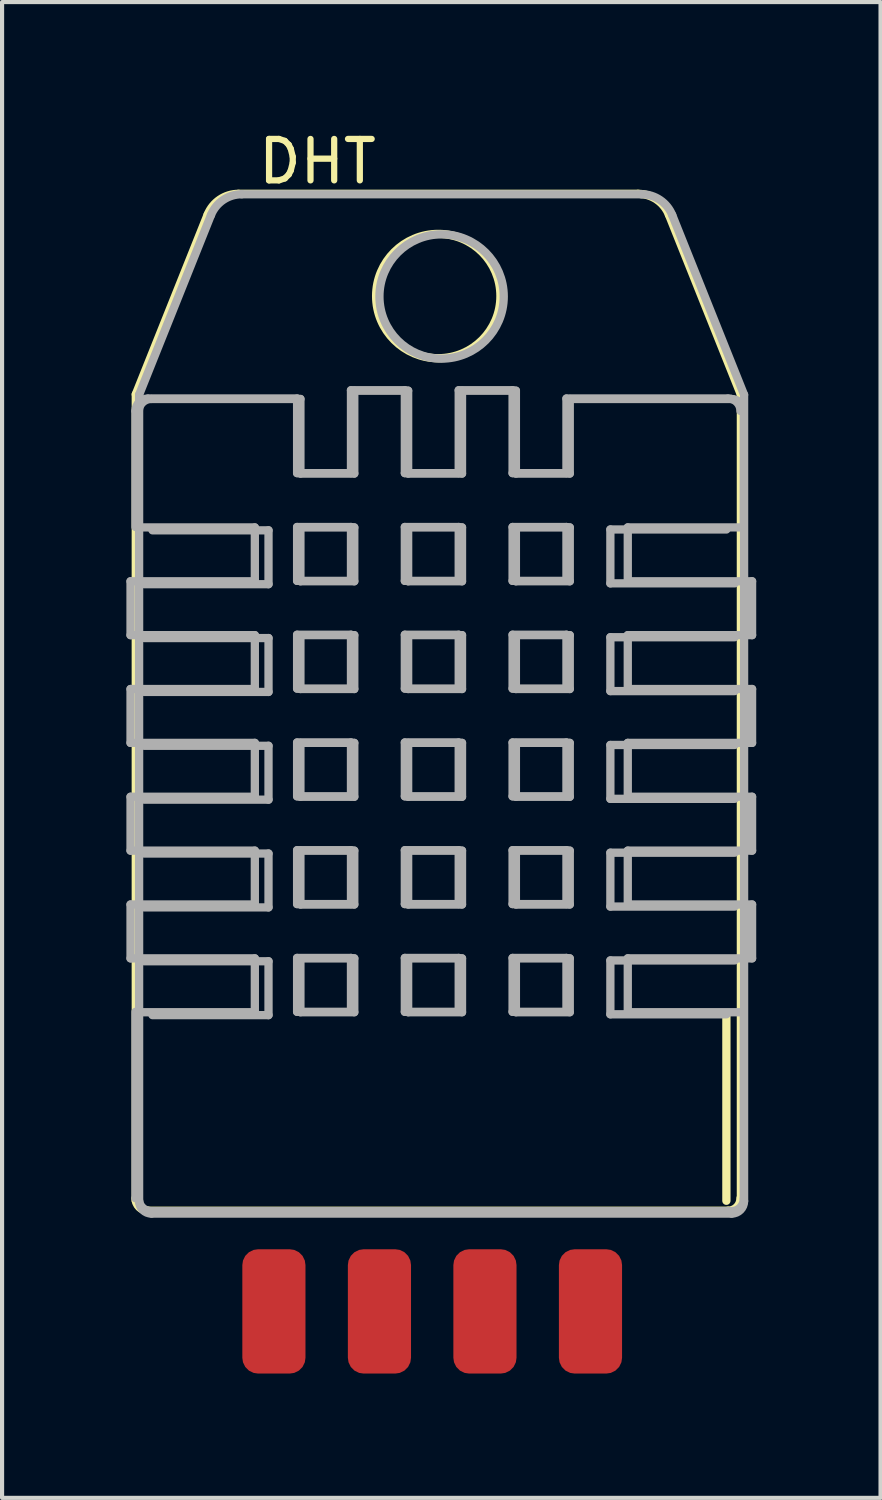
<source format=kicad_pcb>
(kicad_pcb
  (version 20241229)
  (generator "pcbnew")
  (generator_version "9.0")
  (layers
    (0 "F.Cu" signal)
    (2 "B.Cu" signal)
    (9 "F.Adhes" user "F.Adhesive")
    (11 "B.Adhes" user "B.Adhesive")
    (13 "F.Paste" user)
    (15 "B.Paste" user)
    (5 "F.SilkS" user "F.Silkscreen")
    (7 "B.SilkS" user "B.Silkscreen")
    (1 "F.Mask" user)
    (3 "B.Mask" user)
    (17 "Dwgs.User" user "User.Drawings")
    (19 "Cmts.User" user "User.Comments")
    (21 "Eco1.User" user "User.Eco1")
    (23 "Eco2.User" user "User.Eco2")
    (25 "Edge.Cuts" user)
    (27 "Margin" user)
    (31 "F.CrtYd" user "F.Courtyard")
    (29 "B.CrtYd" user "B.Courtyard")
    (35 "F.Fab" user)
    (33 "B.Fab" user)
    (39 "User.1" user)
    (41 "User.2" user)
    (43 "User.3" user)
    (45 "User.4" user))
  (footprint "DHT"
    (layer "F.Cu")
    (at 7.51 26.358)
    (property "Reference" "DHT" (at -2.9 -25.51 0) (layer "F.SilkS") (effects (font (size 1 1) (thickness 0.15))))
    (attr through_hole)
    (fp_line (start -7.283 -19.891) (end -7.283 -0.43) (stroke (width 0.2) (type solid)) (layer "F.SilkS"))
    (fp_line (start -6.99 -0.19) (end 7.01 -0.19) (stroke (width 0.2) (type solid)) (layer "F.SilkS"))
    (fp_line (start -5.549 -24.227) (end -7.283 -19.891) (stroke (width 0.2) (type solid)) (layer "F.SilkS"))
    (fp_line (start 4.84 -24.73) (end -4.806 -24.73) (stroke (width 0.2) (type solid)) (layer "F.SilkS"))
    (fp_line (start 6.97 -0.43) (end 6.97 -4.93) (stroke (width 0.2) (type solid)) (layer "F.SilkS"))
    (fp_line (start 7.317 -19.891) (end 5.583 -24.227) (stroke (width 0.2) (type solid)) (layer "F.SilkS"))
    (fp_line (start 7.32 -0.46) (end 7.32 -19.921) (stroke (width 0.2) (type solid)) (layer "F.SilkS"))
    (fp_arc (start -6.989999 -0.190002) (mid -7.202131 -0.27787) (end -7.289999 -0.490002) (stroke (width 0.2) (type solid)) (layer "F.SilkS"))
    (fp_arc (start -5.548724 -24.227094) (mid -5.254446 -24.592449) (end -4.805934 -24.73) (stroke (width 0.2) (type solid)) (layer "F.SilkS"))
    (fp_arc (start 4.83998 -24.729999) (mid 5.288495 -24.592459) (end 5.582781 -24.227112) (stroke (width 0.2) (type solid)) (layer "F.SilkS"))
    (fp_arc (start 7.309999 -0.490001) (mid 7.222131 -0.277869) (end 7.009999 -0.190001) (stroke (width 0.2) (type solid)) (layer "F.SilkS"))
    (fp_circle (center 0.017 -22.263) (end 1.517 -22.263) (stroke (width 0.2) (type solid)) (fill no) (layer "F.SilkS"))
    (fp_line (start -7.41 -15.38) (end -7.41 -14.08) (stroke (width 0.2) (type solid)) (layer "F.Fab"))
    (fp_line (start -7.41 -14.08) (end -4.41 -14.08) (stroke (width 0.2) (type solid)) (layer "F.Fab"))
    (fp_line (start -7.41 -12.78) (end -7.41 -11.48) (stroke (width 0.2) (type solid)) (layer "F.Fab"))
    (fp_line (start -7.41 -11.48) (end -4.41 -11.48) (stroke (width 0.2) (type solid)) (layer "F.Fab"))
    (fp_line (start -7.41 -10.18) (end -7.41 -8.88) (stroke (width 0.2) (type solid)) (layer "F.Fab"))
    (fp_line (start -7.41 -8.88) (end -4.41 -8.88) (stroke (width 0.2) (type solid)) (layer "F.Fab"))
    (fp_line (start -7.41 -7.58) (end -7.41 -6.28) (stroke (width 0.2) (type solid)) (layer "F.Fab"))
    (fp_line (start -7.41 -6.28) (end -4.41 -6.28) (stroke (width 0.2) (type solid)) (layer "F.Fab"))
    (fp_line (start -7.29 -19.49) (end -7.29 -16.69) (stroke (width 0.2) (type solid)) (layer "F.Fab"))
    (fp_line (start -7.29 -4.99) (end -7.29 -0.49) (stroke (width 0.2) (type solid)) (layer "F.Fab"))
    (fp_line (start -7.21 -19.48) (end -7.21 -16.68) (stroke (width 0.2) (type solid)) (layer "F.Fab"))
    (fp_line (start -7.21 -16.68) (end -4.41 -16.68) (stroke (width 0.2) (type solid)) (layer "F.Fab"))
    (fp_line (start -7.21 -4.98) (end -7.21 -0.48) (stroke (width 0.2) (type solid)) (layer "F.Fab"))
    (fp_line (start -7.203 -19.881) (end -7.203 -0.42) (stroke (width 0.2) (type solid)) (layer "F.Fab"))
    (fp_line (start -7.08 -14.01) (end -4.08 -14.01) (stroke (width 0.2) (type solid)) (layer "F.Fab"))
    (fp_line (start -7.08 -11.41) (end -4.08 -11.41) (stroke (width 0.2) (type solid)) (layer "F.Fab"))
    (fp_line (start -7.08 -8.81) (end -4.08 -8.81) (stroke (width 0.2) (type solid)) (layer "F.Fab"))
    (fp_line (start -7.08 -6.21) (end -4.08 -6.21) (stroke (width 0.2) (type solid)) (layer "F.Fab"))
    (fp_line (start -6.91 -0.18) (end 7.09 -0.18) (stroke (width 0.2) (type solid)) (layer "F.Fab"))
    (fp_line (start -6.903 -0.12) (end 7.097 -0.12) (stroke (width 0.2) (type solid)) (layer "F.Fab"))
    (fp_line (start -6.88 -16.61) (end -4.08 -16.61) (stroke (width 0.2) (type solid)) (layer "F.Fab"))
    (fp_line (start -5.469 -24.217) (end -7.203 -19.881) (stroke (width 0.2) (type solid)) (layer "F.Fab"))
    (fp_line (start -4.41 -16.68) (end -4.41 -15.38) (stroke (width 0.2) (type solid)) (layer "F.Fab"))
    (fp_line (start -4.41 -15.38) (end -7.41 -15.38) (stroke (width 0.2) (type solid)) (layer "F.Fab"))
    (fp_line (start -4.41 -14.08) (end -4.41 -12.78) (stroke (width 0.2) (type solid)) (layer "F.Fab"))
    (fp_line (start -4.41 -12.78) (end -7.41 -12.78) (stroke (width 0.2) (type solid)) (layer "F.Fab"))
    (fp_line (start -4.41 -11.48) (end -4.41 -10.18) (stroke (width 0.2) (type solid)) (layer "F.Fab"))
    (fp_line (start -4.41 -10.18) (end -7.41 -10.18) (stroke (width 0.2) (type solid)) (layer "F.Fab"))
    (fp_line (start -4.41 -8.88) (end -4.41 -7.58) (stroke (width 0.2) (type solid)) (layer "F.Fab"))
    (fp_line (start -4.41 -7.58) (end -7.41 -7.58) (stroke (width 0.2) (type solid)) (layer "F.Fab"))
    (fp_line (start -4.41 -6.28) (end -4.41 -4.98) (stroke (width 0.2) (type solid)) (layer "F.Fab"))
    (fp_line (start -4.41 -4.98) (end -7.21 -4.98) (stroke (width 0.2) (type solid)) (layer "F.Fab"))
    (fp_line (start -4.08 -16.61) (end -4.08 -15.31) (stroke (width 0.2) (type solid)) (layer "F.Fab"))
    (fp_line (start -4.08 -15.31) (end -7.08 -15.31) (stroke (width 0.2) (type solid)) (layer "F.Fab"))
    (fp_line (start -4.08 -14.01) (end -4.08 -12.71) (stroke (width 0.2) (type solid)) (layer "F.Fab"))
    (fp_line (start -4.08 -12.71) (end -7.08 -12.71) (stroke (width 0.2) (type solid)) (layer "F.Fab"))
    (fp_line (start -4.08 -11.41) (end -4.08 -10.11) (stroke (width 0.2) (type solid)) (layer "F.Fab"))
    (fp_line (start -4.08 -10.11) (end -7.08 -10.11) (stroke (width 0.2) (type solid)) (layer "F.Fab"))
    (fp_line (start -4.08 -8.81) (end -4.08 -7.51) (stroke (width 0.2) (type solid)) (layer "F.Fab"))
    (fp_line (start -4.08 -7.51) (end -7.08 -7.51) (stroke (width 0.2) (type solid)) (layer "F.Fab"))
    (fp_line (start -4.08 -6.21) (end -4.08 -4.91) (stroke (width 0.2) (type solid)) (layer "F.Fab"))
    (fp_line (start -4.08 -4.91) (end -6.88 -4.91) (stroke (width 0.2) (type solid)) (layer "F.Fab"))
    (fp_line (start -3.39 -19.79) (end -6.99 -19.79) (stroke (width 0.2) (type solid)) (layer "F.Fab"))
    (fp_line (start -3.39 -17.99) (end -3.39 -19.79) (stroke (width 0.2) (type solid)) (layer "F.Fab"))
    (fp_line (start -3.39 -16.69) (end -2.09 -16.69) (stroke (width 0.2) (type solid)) (layer "F.Fab"))
    (fp_line (start -3.39 -15.39) (end -3.39 -16.69) (stroke (width 0.2) (type solid)) (layer "F.Fab"))
    (fp_line (start -3.39 -14.09) (end -2.09 -14.09) (stroke (width 0.2) (type solid)) (layer "F.Fab"))
    (fp_line (start -3.39 -12.79) (end -3.39 -14.09) (stroke (width 0.2) (type solid)) (layer "F.Fab"))
    (fp_line (start -3.39 -11.49) (end -2.09 -11.49) (stroke (width 0.2) (type solid)) (layer "F.Fab"))
    (fp_line (start -3.39 -10.19) (end -3.39 -11.49) (stroke (width 0.2) (type solid)) (layer "F.Fab"))
    (fp_line (start -3.39 -8.89) (end -2.09 -8.89) (stroke (width 0.2) (type solid)) (layer "F.Fab"))
    (fp_line (start -3.39 -7.59) (end -3.39 -8.89) (stroke (width 0.2) (type solid)) (layer "F.Fab"))
    (fp_line (start -3.39 -6.29) (end -2.09 -6.29) (stroke (width 0.2) (type solid)) (layer "F.Fab"))
    (fp_line (start -3.39 -4.99) (end -3.39 -6.29) (stroke (width 0.2) (type solid)) (layer "F.Fab"))
    (fp_line (start -3.31 -19.78) (end -6.91 -19.78) (stroke (width 0.2) (type solid)) (layer "F.Fab"))
    (fp_line (start -3.31 -17.98) (end -3.31 -19.78) (stroke (width 0.2) (type solid)) (layer "F.Fab"))
    (fp_line (start -3.31 -16.68) (end -2.01 -16.68) (stroke (width 0.2) (type solid)) (layer "F.Fab"))
    (fp_line (start -3.31 -15.38) (end -3.31 -16.68) (stroke (width 0.2) (type solid)) (layer "F.Fab"))
    (fp_line (start -3.31 -14.08) (end -2.01 -14.08) (stroke (width 0.2) (type solid)) (layer "F.Fab"))
    (fp_line (start -3.31 -12.78) (end -3.31 -14.08) (stroke (width 0.2) (type solid)) (layer "F.Fab"))
    (fp_line (start -3.31 -11.48) (end -2.01 -11.48) (stroke (width 0.2) (type solid)) (layer "F.Fab"))
    (fp_line (start -3.31 -10.18) (end -3.31 -11.48) (stroke (width 0.2) (type solid)) (layer "F.Fab"))
    (fp_line (start -3.31 -8.88) (end -2.01 -8.88) (stroke (width 0.2) (type solid)) (layer "F.Fab"))
    (fp_line (start -3.31 -7.58) (end -3.31 -8.88) (stroke (width 0.2) (type solid)) (layer "F.Fab"))
    (fp_line (start -3.31 -6.28) (end -2.01 -6.28) (stroke (width 0.2) (type solid)) (layer "F.Fab"))
    (fp_line (start -3.31 -4.98) (end -3.31 -6.28) (stroke (width 0.2) (type solid)) (layer "F.Fab"))
    (fp_line (start -2.09 -19.99) (end -2.09 -17.99) (stroke (width 0.2) (type solid)) (layer "F.Fab"))
    (fp_line (start -2.09 -17.99) (end -3.39 -17.99) (stroke (width 0.2) (type solid)) (layer "F.Fab"))
    (fp_line (start -2.09 -16.69) (end -2.09 -15.39) (stroke (width 0.2) (type solid)) (layer "F.Fab"))
    (fp_line (start -2.09 -15.39) (end -3.39 -15.39) (stroke (width 0.2) (type solid)) (layer "F.Fab"))
    (fp_line (start -2.09 -14.09) (end -2.09 -12.79) (stroke (width 0.2) (type solid)) (layer "F.Fab"))
    (fp_line (start -2.09 -12.79) (end -3.39 -12.79) (stroke (width 0.2) (type solid)) (layer "F.Fab"))
    (fp_line (start -2.09 -11.49) (end -2.09 -10.19) (stroke (width 0.2) (type solid)) (layer "F.Fab"))
    (fp_line (start -2.09 -10.19) (end -3.39 -10.19) (stroke (width 0.2) (type solid)) (layer "F.Fab"))
    (fp_line (start -2.09 -8.89) (end -2.09 -7.59) (stroke (width 0.2) (type solid)) (layer "F.Fab"))
    (fp_line (start -2.09 -7.59) (end -3.39 -7.59) (stroke (width 0.2) (type solid)) (layer "F.Fab"))
    (fp_line (start -2.09 -6.29) (end -2.09 -4.99) (stroke (width 0.2) (type solid)) (layer "F.Fab"))
    (fp_line (start -2.09 -4.99) (end -3.39 -4.99) (stroke (width 0.2) (type solid)) (layer "F.Fab"))
    (fp_line (start -2.01 -19.98) (end -2.01 -17.98) (stroke (width 0.2) (type solid)) (layer "F.Fab"))
    (fp_line (start -2.01 -17.98) (end -3.31 -17.98) (stroke (width 0.2) (type solid)) (layer "F.Fab"))
    (fp_line (start -2.01 -16.68) (end -2.01 -15.38) (stroke (width 0.2) (type solid)) (layer "F.Fab"))
    (fp_line (start -2.01 -15.38) (end -3.31 -15.38) (stroke (width 0.2) (type solid)) (layer "F.Fab"))
    (fp_line (start -2.01 -14.08) (end -2.01 -12.78) (stroke (width 0.2) (type solid)) (layer "F.Fab"))
    (fp_line (start -2.01 -12.78) (end -3.31 -12.78) (stroke (width 0.2) (type solid)) (layer "F.Fab"))
    (fp_line (start -2.01 -11.48) (end -2.01 -10.18) (stroke (width 0.2) (type solid)) (layer "F.Fab"))
    (fp_line (start -2.01 -10.18) (end -3.31 -10.18) (stroke (width 0.2) (type solid)) (layer "F.Fab"))
    (fp_line (start -2.01 -8.88) (end -2.01 -7.58) (stroke (width 0.2) (type solid)) (layer "F.Fab"))
    (fp_line (start -2.01 -7.58) (end -3.31 -7.58) (stroke (width 0.2) (type solid)) (layer "F.Fab"))
    (fp_line (start -2.01 -6.28) (end -2.01 -4.98) (stroke (width 0.2) (type solid)) (layer "F.Fab"))
    (fp_line (start -2.01 -4.98) (end -3.31 -4.98) (stroke (width 0.2) (type solid)) (layer "F.Fab"))
    (fp_line (start -0.79 -19.99) (end -2.09 -19.99) (stroke (width 0.2) (type solid)) (layer "F.Fab"))
    (fp_line (start -0.79 -17.99) (end -0.79 -19.99) (stroke (width 0.2) (type solid)) (layer "F.Fab"))
    (fp_line (start -0.79 -16.69) (end 0.51 -16.69) (stroke (width 0.2) (type solid)) (layer "F.Fab"))
    (fp_line (start -0.79 -15.39) (end -0.79 -16.69) (stroke (width 0.2) (type solid)) (layer "F.Fab"))
    (fp_line (start -0.79 -14.09) (end 0.51 -14.09) (stroke (width 0.2) (type solid)) (layer "F.Fab"))
    (fp_line (start -0.79 -12.79) (end -0.79 -14.09) (stroke (width 0.2) (type solid)) (layer "F.Fab"))
    (fp_line (start -0.79 -11.49) (end 0.51 -11.49) (stroke (width 0.2) (type solid)) (layer "F.Fab"))
    (fp_line (start -0.79 -10.19) (end -0.79 -11.49) (stroke (width 0.2) (type solid)) (layer "F.Fab"))
    (fp_line (start -0.79 -8.89) (end 0.51 -8.89) (stroke (width 0.2) (type solid)) (layer "F.Fab"))
    (fp_line (start -0.79 -7.59) (end -0.79 -8.89) (stroke (width 0.2) (type solid)) (layer "F.Fab"))
    (fp_line (start -0.79 -6.29) (end 0.51 -6.29) (stroke (width 0.2) (type solid)) (layer "F.Fab"))
    (fp_line (start -0.79 -4.99) (end -0.79 -6.29) (stroke (width 0.2) (type solid)) (layer "F.Fab"))
    (fp_line (start -0.71 -19.98) (end -2.01 -19.98) (stroke (width 0.2) (type solid)) (layer "F.Fab"))
    (fp_line (start -0.71 -17.98) (end -0.71 -19.98) (stroke (width 0.2) (type solid)) (layer "F.Fab"))
    (fp_line (start -0.71 -16.68) (end 0.59 -16.68) (stroke (width 0.2) (type solid)) (layer "F.Fab"))
    (fp_line (start -0.71 -15.38) (end -0.71 -16.68) (stroke (width 0.2) (type solid)) (layer "F.Fab"))
    (fp_line (start -0.71 -14.08) (end 0.59 -14.08) (stroke (width 0.2) (type solid)) (layer "F.Fab"))
    (fp_line (start -0.71 -12.78) (end -0.71 -14.08) (stroke (width 0.2) (type solid)) (layer "F.Fab"))
    (fp_line (start -0.71 -11.48) (end 0.59 -11.48) (stroke (width 0.2) (type solid)) (layer "F.Fab"))
    (fp_line (start -0.71 -10.18) (end -0.71 -11.48) (stroke (width 0.2) (type solid)) (layer "F.Fab"))
    (fp_line (start -0.71 -8.88) (end 0.59 -8.88) (stroke (width 0.2) (type solid)) (layer "F.Fab"))
    (fp_line (start -0.71 -7.58) (end -0.71 -8.88) (stroke (width 0.2) (type solid)) (layer "F.Fab"))
    (fp_line (start -0.71 -6.28) (end 0.59 -6.28) (stroke (width 0.2) (type solid)) (layer "F.Fab"))
    (fp_line (start -0.71 -4.98) (end -0.71 -6.28) (stroke (width 0.2) (type solid)) (layer "F.Fab"))
    (fp_line (start 0.51 -17.99) (end -0.79 -17.99) (stroke (width 0.2) (type solid)) (layer "F.Fab"))
    (fp_line (start 0.51 -19.99) (end 0.51 -17.99) (stroke (width 0.2) (type solid)) (layer "F.Fab"))
    (fp_line (start 0.51 -16.69) (end 0.51 -15.39) (stroke (width 0.2) (type solid)) (layer "F.Fab"))
    (fp_line (start 0.51 -15.39) (end -0.79 -15.39) (stroke (width 0.2) (type solid)) (layer "F.Fab"))
    (fp_line (start 0.51 -14.09) (end 0.51 -12.79) (stroke (width 0.2) (type solid)) (layer "F.Fab"))
    (fp_line (start 0.51 -12.79) (end -0.79 -12.79) (stroke (width 0.2) (type solid)) (layer "F.Fab"))
    (fp_line (start 0.51 -11.49) (end 0.51 -10.19) (stroke (width 0.2) (type solid)) (layer "F.Fab"))
    (fp_line (start 0.51 -10.19) (end -0.79 -10.19) (stroke (width 0.2) (type solid)) (layer "F.Fab"))
    (fp_line (start 0.51 -8.89) (end 0.51 -7.59) (stroke (width 0.2) (type solid)) (layer "F.Fab"))
    (fp_line (start 0.51 -7.59) (end -0.79 -7.59) (stroke (width 0.2) (type solid)) (layer "F.Fab"))
    (fp_line (start 0.51 -6.29) (end 0.51 -4.99) (stroke (width 0.2) (type solid)) (layer "F.Fab"))
    (fp_line (start 0.51 -4.99) (end -0.79 -4.99) (stroke (width 0.2) (type solid)) (layer "F.Fab"))
    (fp_line (start 0.59 -17.98) (end -0.71 -17.98) (stroke (width 0.2) (type solid)) (layer "F.Fab"))
    (fp_line (start 0.59 -19.98) (end 0.59 -17.98) (stroke (width 0.2) (type solid)) (layer "F.Fab"))
    (fp_line (start 0.59 -16.68) (end 0.59 -15.38) (stroke (width 0.2) (type solid)) (layer "F.Fab"))
    (fp_line (start 0.59 -15.38) (end -0.71 -15.38) (stroke (width 0.2) (type solid)) (layer "F.Fab"))
    (fp_line (start 0.59 -14.08) (end 0.59 -12.78) (stroke (width 0.2) (type solid)) (layer "F.Fab"))
    (fp_line (start 0.59 -12.78) (end -0.71 -12.78) (stroke (width 0.2) (type solid)) (layer "F.Fab"))
    (fp_line (start 0.59 -11.48) (end 0.59 -10.18) (stroke (width 0.2) (type solid)) (layer "F.Fab"))
    (fp_line (start 0.59 -10.18) (end -0.71 -10.18) (stroke (width 0.2) (type solid)) (layer "F.Fab"))
    (fp_line (start 0.59 -8.88) (end 0.59 -7.58) (stroke (width 0.2) (type solid)) (layer "F.Fab"))
    (fp_line (start 0.59 -7.58) (end -0.71 -7.58) (stroke (width 0.2) (type solid)) (layer "F.Fab"))
    (fp_line (start 0.59 -6.28) (end 0.59 -4.98) (stroke (width 0.2) (type solid)) (layer "F.Fab"))
    (fp_line (start 0.59 -4.98) (end -0.71 -4.98) (stroke (width 0.2) (type solid)) (layer "F.Fab"))
    (fp_line (start 1.81 -19.99) (end 0.51 -19.99) (stroke (width 0.2) (type solid)) (layer "F.Fab"))
    (fp_line (start 1.81 -17.99) (end 1.81 -19.99) (stroke (width 0.2) (type solid)) (layer "F.Fab"))
    (fp_line (start 1.81 -16.69) (end 3.11 -16.69) (stroke (width 0.2) (type solid)) (layer "F.Fab"))
    (fp_line (start 1.81 -15.39) (end 1.81 -16.69) (stroke (width 0.2) (type solid)) (layer "F.Fab"))
    (fp_line (start 1.81 -14.09) (end 3.11 -14.09) (stroke (width 0.2) (type solid)) (layer "F.Fab"))
    (fp_line (start 1.81 -12.79) (end 1.81 -14.09) (stroke (width 0.2) (type solid)) (layer "F.Fab"))
    (fp_line (start 1.81 -11.49) (end 3.11 -11.49) (stroke (width 0.2) (type solid)) (layer "F.Fab"))
    (fp_line (start 1.81 -10.19) (end 1.81 -11.49) (stroke (width 0.2) (type solid)) (layer "F.Fab"))
    (fp_line (start 1.81 -8.89) (end 3.11 -8.89) (stroke (width 0.2) (type solid)) (layer "F.Fab"))
    (fp_line (start 1.81 -7.59) (end 1.81 -8.89) (stroke (width 0.2) (type solid)) (layer "F.Fab"))
    (fp_line (start 1.81 -6.29) (end 3.11 -6.29) (stroke (width 0.2) (type solid)) (layer "F.Fab"))
    (fp_line (start 1.81 -4.99) (end 1.81 -6.29) (stroke (width 0.2) (type solid)) (layer "F.Fab"))
    (fp_line (start 1.89 -19.98) (end 0.59 -19.98) (stroke (width 0.2) (type solid)) (layer "F.Fab"))
    (fp_line (start 1.89 -17.98) (end 1.89 -19.98) (stroke (width 0.2) (type solid)) (layer "F.Fab"))
    (fp_line (start 1.89 -16.68) (end 3.19 -16.68) (stroke (width 0.2) (type solid)) (layer "F.Fab"))
    (fp_line (start 1.89 -15.38) (end 1.89 -16.68) (stroke (width 0.2) (type solid)) (layer "F.Fab"))
    (fp_line (start 1.89 -14.08) (end 3.19 -14.08) (stroke (width 0.2) (type solid)) (layer "F.Fab"))
    (fp_line (start 1.89 -12.78) (end 1.89 -14.08) (stroke (width 0.2) (type solid)) (layer "F.Fab"))
    (fp_line (start 1.89 -11.48) (end 3.19 -11.48) (stroke (width 0.2) (type solid)) (layer "F.Fab"))
    (fp_line (start 1.89 -10.18) (end 1.89 -11.48) (stroke (width 0.2) (type solid)) (layer "F.Fab"))
    (fp_line (start 1.89 -8.88) (end 3.19 -8.88) (stroke (width 0.2) (type solid)) (layer "F.Fab"))
    (fp_line (start 1.89 -7.58) (end 1.89 -8.88) (stroke (width 0.2) (type solid)) (layer "F.Fab"))
    (fp_line (start 1.89 -6.28) (end 3.19 -6.28) (stroke (width 0.2) (type solid)) (layer "F.Fab"))
    (fp_line (start 1.89 -4.98) (end 1.89 -6.28) (stroke (width 0.2) (type solid)) (layer "F.Fab"))
    (fp_line (start 3.11 -17.99) (end 1.81 -17.99) (stroke (width 0.2) (type solid)) (layer "F.Fab"))
    (fp_line (start 3.11 -19.79) (end 3.11 -17.99) (stroke (width 0.2) (type solid)) (layer "F.Fab"))
    (fp_line (start 3.11 -16.69) (end 3.11 -15.39) (stroke (width 0.2) (type solid)) (layer "F.Fab"))
    (fp_line (start 3.11 -15.39) (end 1.81 -15.39) (stroke (width 0.2) (type solid)) (layer "F.Fab"))
    (fp_line (start 3.11 -14.09) (end 3.11 -12.79) (stroke (width 0.2) (type solid)) (layer "F.Fab"))
    (fp_line (start 3.11 -12.79) (end 1.81 -12.79) (stroke (width 0.2) (type solid)) (layer "F.Fab"))
    (fp_line (start 3.11 -11.49) (end 3.11 -10.19) (stroke (width 0.2) (type solid)) (layer "F.Fab"))
    (fp_line (start 3.11 -10.19) (end 1.81 -10.19) (stroke (width 0.2) (type solid)) (layer "F.Fab"))
    (fp_line (start 3.11 -8.89) (end 3.11 -7.59) (stroke (width 0.2) (type solid)) (layer "F.Fab"))
    (fp_line (start 3.11 -7.59) (end 1.81 -7.59) (stroke (width 0.2) (type solid)) (layer "F.Fab"))
    (fp_line (start 3.11 -6.29) (end 3.11 -4.99) (stroke (width 0.2) (type solid)) (layer "F.Fab"))
    (fp_line (start 3.11 -4.99) (end 1.81 -4.99) (stroke (width 0.2) (type solid)) (layer "F.Fab"))
    (fp_line (start 3.19 -17.98) (end 1.89 -17.98) (stroke (width 0.2) (type solid)) (layer "F.Fab"))
    (fp_line (start 3.19 -19.78) (end 3.19 -17.98) (stroke (width 0.2) (type solid)) (layer "F.Fab"))
    (fp_line (start 3.19 -16.68) (end 3.19 -15.38) (stroke (width 0.2) (type solid)) (layer "F.Fab"))
    (fp_line (start 3.19 -15.38) (end 1.89 -15.38) (stroke (width 0.2) (type solid)) (layer "F.Fab"))
    (fp_line (start 3.19 -14.08) (end 3.19 -12.78) (stroke (width 0.2) (type solid)) (layer "F.Fab"))
    (fp_line (start 3.19 -12.78) (end 1.89 -12.78) (stroke (width 0.2) (type solid)) (layer "F.Fab"))
    (fp_line (start 3.19 -11.48) (end 3.19 -10.18) (stroke (width 0.2) (type solid)) (layer "F.Fab"))
    (fp_line (start 3.19 -10.18) (end 1.89 -10.18) (stroke (width 0.2) (type solid)) (layer "F.Fab"))
    (fp_line (start 3.19 -8.88) (end 3.19 -7.58) (stroke (width 0.2) (type solid)) (layer "F.Fab"))
    (fp_line (start 3.19 -7.58) (end 1.89 -7.58) (stroke (width 0.2) (type solid)) (layer "F.Fab"))
    (fp_line (start 3.19 -6.28) (end 3.19 -4.98) (stroke (width 0.2) (type solid)) (layer "F.Fab"))
    (fp_line (start 3.19 -4.98) (end 1.89 -4.98) (stroke (width 0.2) (type solid)) (layer "F.Fab"))
    (fp_line (start 4.17 -16.63) (end 6.97 -16.63) (stroke (width 0.2) (type solid)) (layer "F.Fab"))
    (fp_line (start 4.17 -15.33) (end 4.17 -16.63) (stroke (width 0.2) (type solid)) (layer "F.Fab"))
    (fp_line (start 4.17 -14.03) (end 7.17 -14.03) (stroke (width 0.2) (type solid)) (layer "F.Fab"))
    (fp_line (start 4.17 -12.73) (end 4.17 -14.03) (stroke (width 0.2) (type solid)) (layer "F.Fab"))
    (fp_line (start 4.17 -11.43) (end 7.17 -11.43) (stroke (width 0.2) (type solid)) (layer "F.Fab"))
    (fp_line (start 4.17 -10.13) (end 4.17 -11.43) (stroke (width 0.2) (type solid)) (layer "F.Fab"))
    (fp_line (start 4.17 -8.83) (end 7.17 -8.83) (stroke (width 0.2) (type solid)) (layer "F.Fab"))
    (fp_line (start 4.17 -7.53) (end 4.17 -8.83) (stroke (width 0.2) (type solid)) (layer "F.Fab"))
    (fp_line (start 4.17 -6.23) (end 7.17 -6.23) (stroke (width 0.2) (type solid)) (layer "F.Fab"))
    (fp_line (start 4.17 -4.93) (end 4.17 -6.23) (stroke (width 0.2) (type solid)) (layer "F.Fab"))
    (fp_line (start 4.59 -16.68) (end 7.39 -16.68) (stroke (width 0.2) (type solid)) (layer "F.Fab"))
    (fp_line (start 4.59 -15.38) (end 4.59 -16.68) (stroke (width 0.2) (type solid)) (layer "F.Fab"))
    (fp_line (start 4.59 -14.08) (end 7.59 -14.08) (stroke (width 0.2) (type solid)) (layer "F.Fab"))
    (fp_line (start 4.59 -12.78) (end 4.59 -14.08) (stroke (width 0.2) (type solid)) (layer "F.Fab"))
    (fp_line (start 4.59 -11.48) (end 7.59 -11.48) (stroke (width 0.2) (type solid)) (layer "F.Fab"))
    (fp_line (start 4.59 -10.18) (end 4.59 -11.48) (stroke (width 0.2) (type solid)) (layer "F.Fab"))
    (fp_line (start 4.59 -8.88) (end 7.59 -8.88) (stroke (width 0.2) (type solid)) (layer "F.Fab"))
    (fp_line (start 4.59 -7.58) (end 4.59 -8.88) (stroke (width 0.2) (type solid)) (layer "F.Fab"))
    (fp_line (start 4.59 -6.28) (end 7.59 -6.28) (stroke (width 0.2) (type solid)) (layer "F.Fab"))
    (fp_line (start 4.59 -4.98) (end 4.59 -6.28) (stroke (width 0.2) (type solid)) (layer "F.Fab"))
    (fp_line (start 4.92 -24.72) (end -4.726 -24.72) (stroke (width 0.2) (type solid)) (layer "F.Fab"))
    (fp_line (start 6.97 -4.93) (end 4.17 -4.93) (stroke (width 0.2) (type solid)) (layer "F.Fab"))
    (fp_line (start 7.01 -19.79) (end 3.11 -19.79) (stroke (width 0.2) (type solid)) (layer "F.Fab"))
    (fp_line (start 7.09 -19.78) (end 3.19 -19.78) (stroke (width 0.2) (type solid)) (layer "F.Fab"))
    (fp_line (start 7.17 -15.33) (end 4.17 -15.33) (stroke (width 0.2) (type solid)) (layer "F.Fab"))
    (fp_line (start 7.17 -12.73) (end 4.17 -12.73) (stroke (width 0.2) (type solid)) (layer "F.Fab"))
    (fp_line (start 7.17 -10.13) (end 4.17 -10.13) (stroke (width 0.2) (type solid)) (layer "F.Fab"))
    (fp_line (start 7.17 -7.53) (end 4.17 -7.53) (stroke (width 0.2) (type solid)) (layer "F.Fab"))
    (fp_line (start 7.39 -16.68) (end 7.39 -19.48) (stroke (width 0.2) (type solid)) (layer "F.Fab"))
    (fp_line (start 7.39 -4.98) (end 4.59 -4.98) (stroke (width 0.2) (type solid)) (layer "F.Fab"))
    (fp_line (start 7.39 -0.48) (end 7.39 -4.98) (stroke (width 0.2) (type solid)) (layer "F.Fab"))
    (fp_line (start 7.397 -19.881) (end 5.663 -24.217) (stroke (width 0.2) (type solid)) (layer "F.Fab"))
    (fp_line (start 7.397 -0.42) (end 7.397 -19.881) (stroke (width 0.2) (type solid)) (layer "F.Fab"))
    (fp_line (start 7.59 -15.38) (end 4.59 -15.38) (stroke (width 0.2) (type solid)) (layer "F.Fab"))
    (fp_line (start 7.59 -14.08) (end 7.59 -15.38) (stroke (width 0.2) (type solid)) (layer "F.Fab"))
    (fp_line (start 7.59 -12.78) (end 4.59 -12.78) (stroke (width 0.2) (type solid)) (layer "F.Fab"))
    (fp_line (start 7.59 -11.48) (end 7.59 -12.78) (stroke (width 0.2) (type solid)) (layer "F.Fab"))
    (fp_line (start 7.59 -10.18) (end 4.59 -10.18) (stroke (width 0.2) (type solid)) (layer "F.Fab"))
    (fp_line (start 7.59 -8.88) (end 7.59 -10.18) (stroke (width 0.2) (type solid)) (layer "F.Fab"))
    (fp_line (start 7.59 -7.58) (end 4.59 -7.58) (stroke (width 0.2) (type solid)) (layer "F.Fab"))
    (fp_line (start 7.59 -6.28) (end 7.59 -7.58) (stroke (width 0.2) (type solid)) (layer "F.Fab"))
    (fp_arc (start -7.289999 -19.49) (mid -7.202132 -19.702132) (end -6.99 -19.790001) (stroke (width 0.2) (type solid)) (layer "F.Fab"))
    (fp_arc (start -7.209999 -19.48) (mid -7.122132 -19.692132) (end -6.91 -19.780001) (stroke (width 0.2) (type solid)) (layer "F.Fab"))
    (fp_arc (start -6.909999 -0.180002) (mid -7.122131 -0.26787) (end -7.209999 -0.480002) (stroke (width 0.2) (type solid)) (layer "F.Fab"))
    (fp_arc (start -6.902966 -0.12) (mid -7.115098 -0.207868) (end -7.202966 -0.42) (stroke (width 0.2) (type solid)) (layer "F.Fab"))
    (fp_arc (start -5.468716 -24.217112) (mid -5.174437 -24.582453) (end -4.725934 -24.72) (stroke (width 0.2) (type solid)) (layer "F.Fab"))
    (fp_arc (start 4.919999 -24.719999) (mid 5.368502 -24.582453) (end 5.662781 -24.217112) (stroke (width 0.2) (type solid)) (layer "F.Fab"))
    (fp_arc (start 7.009999 -19.790001) (mid 7.222131 -19.702133) (end 7.309999 -19.490001) (stroke (width 0.2) (type solid)) (layer "F.Fab"))
    (fp_arc (start 7.089999 -19.780001) (mid 7.302131 -19.692133) (end 7.389999 -19.480001) (stroke (width 0.2) (type solid)) (layer "F.Fab"))
    (fp_arc (start 7.389999 -0.480001) (mid 7.302131 -0.267869) (end 7.089999 -0.180001) (stroke (width 0.2) (type solid)) (layer "F.Fab"))
    (fp_arc (start 7.397032 -0.420001) (mid 7.309165 -0.207869) (end 7.097033 -0.12) (stroke (width 0.2) (type solid)) (layer "F.Fab"))
    (fp_circle (center 0.097 -22.253) (end -1.403 -22.253) (stroke (width 0.2) (type solid)) (fill no) (layer "F.Fab"))
    (pad "1" smd roundrect (at -3.95 2.24) (size 1.524 3) (layers "F.Cu" "F.Mask" "F.Paste") (roundrect_rratio 0.25))
    (pad "2" smd roundrect (at -1.403 2.24) (size 1.524 3) (layers "F.Cu" "F.Mask" "F.Paste") (roundrect_rratio 0.25))
    (pad "3" smd roundrect (at 1.143 2.24) (size 1.524 3) (layers "F.Cu" "F.Mask" "F.Paste") (roundrect_rratio 0.25))
    (pad "4" smd roundrect (at 3.69 2.24) (size 1.524 3) (layers "F.Cu" "F.Mask" "F.Paste") (roundrect_rratio 0.25)))
  (gr_rect
    (start -3 -3)
    (end 18.2 33.098)
    (stroke (width 0.1) (type default))
    (fill no)
    (layer "Edge.Cuts")))
</source>
